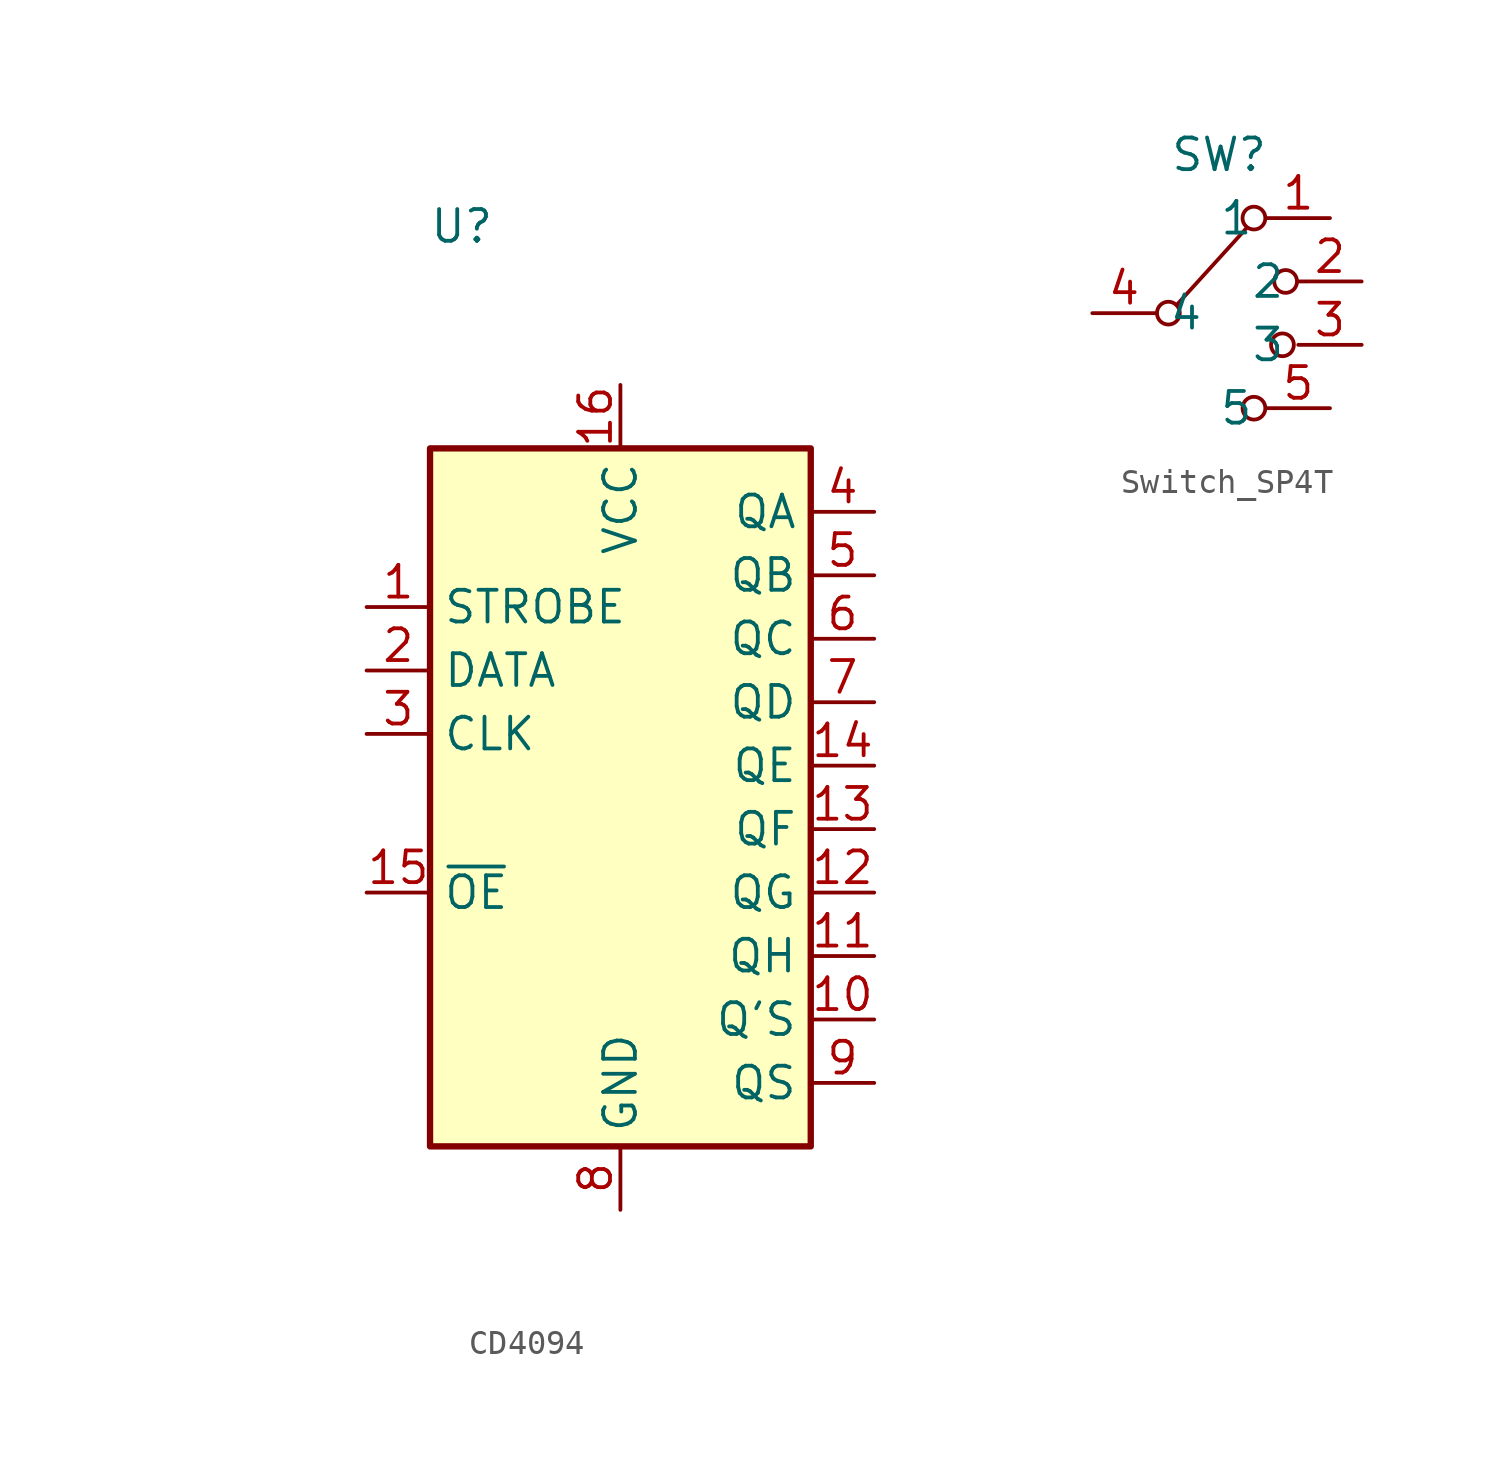
<source format=kicad_sym>
(kicad_symbol_lib
  (version 20220914)
  (generator kicad_symbol_editor)
  (symbol "CD4094"
    (property "Reference" "U"
      (at -6.35 22.86 0)
      (effects (font (size 1.27 1.27))))
    (property "Value" ""
      (at -17.78 0 0)
      (effects (font (size 1.27 1.27))))
    (symbol "CD4094_1_0"
      (pin input line (at -10.16 7.62 0) (length 2.54) (name "STROBE" (effects (font (size 1.27 1.27)))) (number "1" (effects (font (size 1.27 1.27)))))
      (pin output line (at 10.16 -8.89 180) (length 2.54) (name "Q'S" (effects (font (size 1.27 1.27)))) (number "10" (effects (font (size 1.27 1.27)))))
      (pin tri_state line (at 10.16 -6.35 180) (length 2.54) (name "QH" (effects (font (size 1.27 1.27)))) (number "11" (effects (font (size 1.27 1.27)))))
      (pin tri_state line (at 10.16 -3.81 180) (length 2.54) (name "QG" (effects (font (size 1.27 1.27)))) (number "12" (effects (font (size 1.27 1.27)))))
      (pin tri_state line (at 10.16 -1.27 180) (length 2.54) (name "QF" (effects (font (size 1.27 1.27)))) (number "13" (effects (font (size 1.27 1.27)))))
      (pin tri_state line (at 10.16 1.27 180) (length 2.54) (name "QE" (effects (font (size 1.27 1.27)))) (number "14" (effects (font (size 1.27 1.27)))))
      (pin input line (at -10.16 -3.81 0) (length 2.54) (name "~{OE}" (effects (font (size 1.27 1.27)))) (number "15" (effects (font (size 1.27 1.27)))))
      (pin power_in line (at 0 16.51 270) (length 2.54) (name "VCC" (effects (font (size 1.27 1.27)))) (number "16" (effects (font (size 1.27 1.27)))))
      (pin input line (at -10.16 5.08 0) (length 2.54) (name "DATA" (effects (font (size 1.27 1.27)))) (number "2" (effects (font (size 1.27 1.27)))))
      (pin input line (at -10.16 2.54 0) (length 2.54) (name "CLK" (effects (font (size 1.27 1.27)))) (number "3" (effects (font (size 1.27 1.27)))))
      (pin tri_state line (at 10.16 11.43 180) (length 2.54) (name "QA" (effects (font (size 1.27 1.27)))) (number "4" (effects (font (size 1.27 1.27)))))
      (pin tri_state line (at 10.16 8.89 180) (length 2.54) (name "QB" (effects (font (size 1.27 1.27)))) (number "5" (effects (font (size 1.27 1.27)))))
      (pin tri_state line (at 10.16 6.35 180) (length 2.54) (name "QC" (effects (font (size 1.27 1.27)))) (number "6" (effects (font (size 1.27 1.27)))))
      (pin tri_state line (at 10.16 3.81 180) (length 2.54) (name "QD" (effects (font (size 1.27 1.27)))) (number "7" (effects (font (size 1.27 1.27)))))
      (pin power_in line (at 0 -16.51 90) (length 2.54) (name "GND" (effects (font (size 1.27 1.27)))) (number "8" (effects (font (size 1.27 1.27)))))
      (pin output line (at 10.16 -11.43 180) (length 2.54) (name "QS" (effects (font (size 1.27 1.27)))) (number "9" (effects (font (size 1.27 1.27))))))
    (symbol "CD4094_1_1"
      (rectangle (start -7.62 13.97) (end 7.62 -13.97) (stroke (width 0.254) (type default)) (fill (type background)))))
  (symbol "Switch_SP4T"
    (property "Reference" "SW"
      (at 0 6.35 0)
      (effects (font (size 1.27 1.27))))
    (property "Value" ""
      (at 0 0 0)
      (effects (font (size 1.27 1.27))))
    (symbol "Switch_SP4T_0_1"
      (circle (center -2.032 0) (radius 0.457) (stroke (width 0) (type solid)) (fill (type none)))
      (polyline (pts (xy -1.7 0.329) (xy 1.094 3.402)) (stroke (width 0) (type solid)) (fill (type none)))
      (circle (center 1.397 -3.81) (radius 0.457) (stroke (width 0) (type solid)) (fill (type none)))
      (circle (center 1.397 3.81) (radius 0.457) (stroke (width 0) (type solid)) (fill (type none)))
      (circle (center 2.54 -1.27) (radius 0.457) (stroke (width 0) (type solid)) (fill (type none)))
      (circle (center 2.667 1.27) (radius 0.457) (stroke (width 0) (type solid)) (fill (type none))))
    (symbol "Switch_SP4T_1_1"
      (pin passive line (at 4.445 3.81 180) (length 2.54) (name "1" (effects (font (size 1.27 1.27)))) (number "1" (effects (font (size 1.27 1.27)))))
      (pin passive line (at 5.715 1.27 180) (length 2.54) (name "2" (effects (font (size 1.27 1.27)))) (number "2" (effects (font (size 1.27 1.27)))))
      (pin passive line (at 5.715 -1.27 180) (length 2.54) (name "3" (effects (font (size 1.27 1.27)))) (number "3" (effects (font (size 1.27 1.27)))))
      (pin passive line (at -5.08 0 0) (length 2.54) (name "4" (effects (font (size 1.27 1.27)))) (number "4" (effects (font (size 1.27 1.27)))))
      (pin passive line (at 4.445 -3.81 180) (length 2.54) (name "5" (effects (font (size 1.27 1.27)))) (number "5" (effects (font (size 1.27 1.27))))))))
</source>
